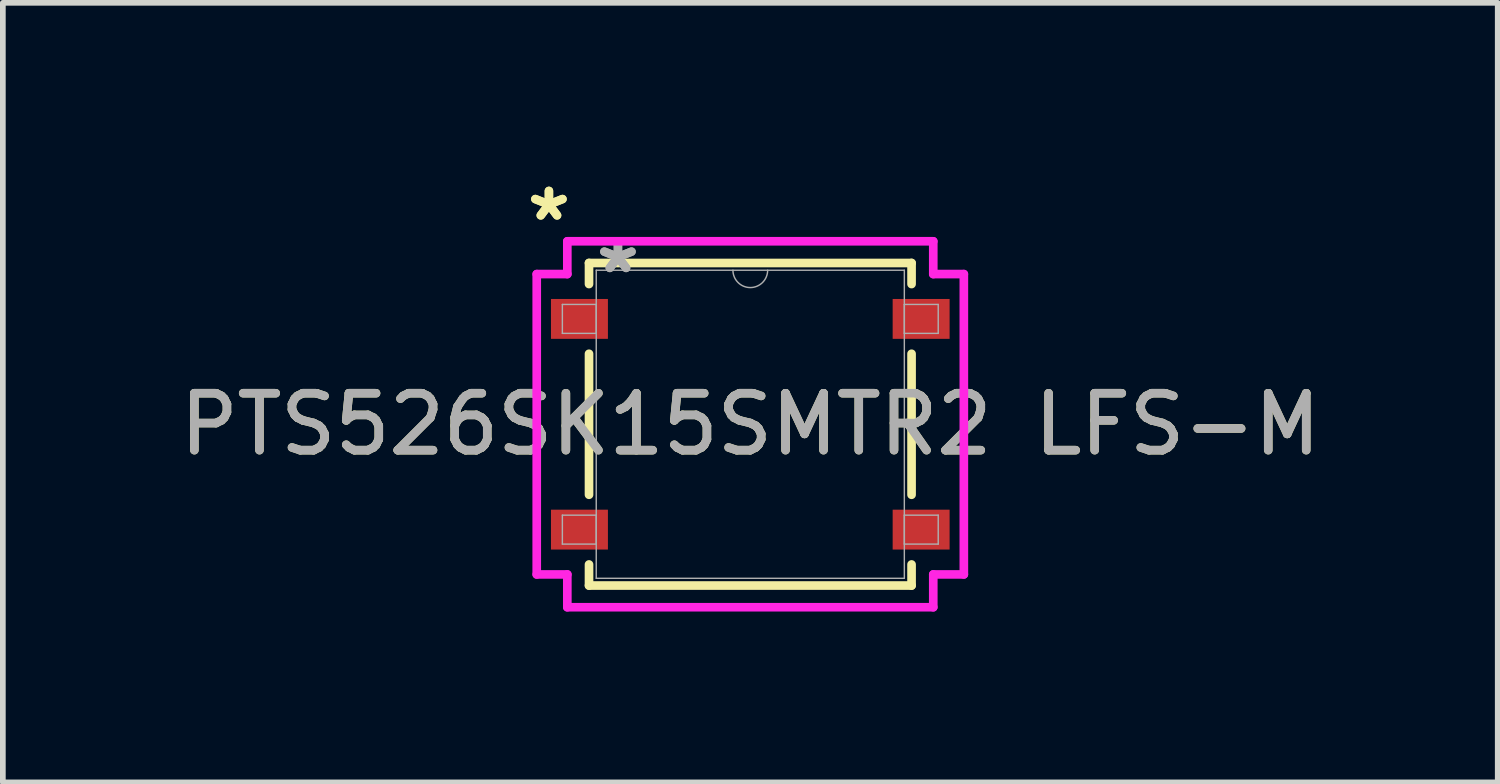
<source format=kicad_pcb>
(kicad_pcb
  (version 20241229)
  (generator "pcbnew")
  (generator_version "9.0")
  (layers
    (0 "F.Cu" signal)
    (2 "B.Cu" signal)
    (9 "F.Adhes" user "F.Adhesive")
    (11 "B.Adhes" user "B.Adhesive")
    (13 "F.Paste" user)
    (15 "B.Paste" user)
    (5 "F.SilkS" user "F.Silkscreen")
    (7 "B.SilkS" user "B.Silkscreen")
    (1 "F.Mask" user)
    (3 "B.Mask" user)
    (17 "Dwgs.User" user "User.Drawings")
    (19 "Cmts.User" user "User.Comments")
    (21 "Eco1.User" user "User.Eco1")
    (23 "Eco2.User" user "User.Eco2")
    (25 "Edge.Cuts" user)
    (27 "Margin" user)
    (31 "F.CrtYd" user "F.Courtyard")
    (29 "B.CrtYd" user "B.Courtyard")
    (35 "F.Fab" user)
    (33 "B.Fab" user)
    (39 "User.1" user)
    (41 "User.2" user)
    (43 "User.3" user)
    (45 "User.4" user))
  (footprint "PTS526SK15SMTR2 LFS-M"
    (layer "F.Cu")
    (at 10.125 4.4)
    (property "Reference" "PTS526SK15SMTR2 LFS-M" (at 0 0 0) (unlocked yes) (layer "F.SilkS") (effects (font (size 1 1) (thickness 0.15))))
    (attr smd)
    (fp_line (start -2.832 -2.832) (end -2.832 -2.462) (stroke (width 0.152) (type solid)) (layer "F.SilkS"))
    (fp_line (start -2.832 -1.238) (end -2.832 1.238) (stroke (width 0.152) (type solid)) (layer "F.SilkS"))
    (fp_line (start -2.832 2.462) (end -2.832 2.832) (stroke (width 0.152) (type solid)) (layer "F.SilkS"))
    (fp_line (start -2.832 2.832) (end 2.832 2.832) (stroke (width 0.152) (type solid)) (layer "F.SilkS"))
    (fp_line (start 2.832 -2.832) (end -2.832 -2.832) (stroke (width 0.152) (type solid)) (layer "F.SilkS"))
    (fp_line (start 2.832 -2.462) (end 2.832 -2.832) (stroke (width 0.152) (type solid)) (layer "F.SilkS"))
    (fp_line (start 2.832 1.238) (end 2.832 -1.238) (stroke (width 0.152) (type solid)) (layer "F.SilkS"))
    (fp_line (start 2.832 2.832) (end 2.832 2.462) (stroke (width 0.152) (type solid)) (layer "F.SilkS"))
    (fp_line (start -3.75 -2.637) (end -3.213 -2.637) (stroke (width 0.152) (type solid)) (layer "F.CrtYd"))
    (fp_line (start -3.75 2.637) (end -3.75 -2.637) (stroke (width 0.152) (type solid)) (layer "F.CrtYd"))
    (fp_line (start -3.75 2.637) (end -3.213 2.637) (stroke (width 0.152) (type solid)) (layer "F.CrtYd"))
    (fp_line (start -3.213 -3.213) (end 3.213 -3.213) (stroke (width 0.152) (type solid)) (layer "F.CrtYd"))
    (fp_line (start -3.213 -2.637) (end -3.213 -3.213) (stroke (width 0.152) (type solid)) (layer "F.CrtYd"))
    (fp_line (start -3.213 3.213) (end -3.213 2.637) (stroke (width 0.152) (type solid)) (layer "F.CrtYd"))
    (fp_line (start 3.213 -3.213) (end 3.213 -2.637) (stroke (width 0.152) (type solid)) (layer "F.CrtYd"))
    (fp_line (start 3.213 2.637) (end 3.213 3.213) (stroke (width 0.152) (type solid)) (layer "F.CrtYd"))
    (fp_line (start 3.213 3.213) (end -3.213 3.213) (stroke (width 0.152) (type solid)) (layer "F.CrtYd"))
    (fp_line (start 3.75 -2.637) (end 3.213 -2.637) (stroke (width 0.152) (type solid)) (layer "F.CrtYd"))
    (fp_line (start 3.75 -2.637) (end 3.75 2.637) (stroke (width 0.152) (type solid)) (layer "F.CrtYd"))
    (fp_line (start 3.75 2.637) (end 3.213 2.637) (stroke (width 0.152) (type solid)) (layer "F.CrtYd"))
    (fp_line (start -3.3 -2.104) (end -3.3 -1.596) (stroke (width 0.025) (type solid)) (layer "F.Fab"))
    (fp_line (start -3.3 -1.596) (end -2.705 -1.596) (stroke (width 0.025) (type solid)) (layer "F.Fab"))
    (fp_line (start -3.3 1.596) (end -3.3 2.104) (stroke (width 0.025) (type solid)) (layer "F.Fab"))
    (fp_line (start -3.3 2.104) (end -2.705 2.104) (stroke (width 0.025) (type solid)) (layer "F.Fab"))
    (fp_line (start -2.705 -2.705) (end -2.705 2.705) (stroke (width 0.025) (type solid)) (layer "F.Fab"))
    (fp_line (start -2.705 -2.104) (end -3.3 -2.104) (stroke (width 0.025) (type solid)) (layer "F.Fab"))
    (fp_line (start -2.705 -1.596) (end -2.705 -2.104) (stroke (width 0.025) (type solid)) (layer "F.Fab"))
    (fp_line (start -2.705 1.596) (end -3.3 1.596) (stroke (width 0.025) (type solid)) (layer "F.Fab"))
    (fp_line (start -2.705 2.104) (end -2.705 1.596) (stroke (width 0.025) (type solid)) (layer "F.Fab"))
    (fp_line (start -2.705 2.705) (end 2.705 2.705) (stroke (width 0.025) (type solid)) (layer "F.Fab"))
    (fp_line (start 2.705 -2.705) (end -2.705 -2.705) (stroke (width 0.025) (type solid)) (layer "F.Fab"))
    (fp_line (start 2.705 -2.104) (end 2.705 -1.596) (stroke (width 0.025) (type solid)) (layer "F.Fab"))
    (fp_line (start 2.705 -1.596) (end 3.3 -1.596) (stroke (width 0.025) (type solid)) (layer "F.Fab"))
    (fp_line (start 2.705 1.596) (end 2.705 2.104) (stroke (width 0.025) (type solid)) (layer "F.Fab"))
    (fp_line (start 2.705 2.104) (end 3.3 2.104) (stroke (width 0.025) (type solid)) (layer "F.Fab"))
    (fp_line (start 2.705 2.705) (end 2.705 -2.705) (stroke (width 0.025) (type solid)) (layer "F.Fab"))
    (fp_line (start 3.3 -2.104) (end 2.705 -2.104) (stroke (width 0.025) (type solid)) (layer "F.Fab"))
    (fp_line (start 3.3 -1.596) (end 3.3 -2.104) (stroke (width 0.025) (type solid)) (layer "F.Fab"))
    (fp_line (start 3.3 1.596) (end 2.705 1.596) (stroke (width 0.025) (type solid)) (layer "F.Fab"))
    (fp_line (start 3.3 2.104) (end 3.3 1.596) (stroke (width 0.025) (type solid)) (layer "F.Fab"))
    (fp_arc (start 0.3048 -2.7051) (mid 0 -2.4003) (end -0.3048 -2.7051) (stroke (width 0.0254) (type solid)) (layer "F.Fab"))
    (fp_text user "*" (at -3.536 -3.552 0) (unlocked yes) (layer "F.SilkS") (effects (font (size 1 1) (thickness 0.15))))
    (fp_text user "*" (at -3.536 -3.552 0) (layer "F.SilkS") (effects (font (size 1 1) (thickness 0.15))))
    (fp_text user "*" (at -2.324 -2.629 0) (layer "F.Fab") (effects (font (size 1 1) (thickness 0.15))))
    (fp_text user "*" (at -2.324 -2.629 0) (unlocked yes) (layer "F.Fab") (effects (font (size 1 1) (thickness 0.15))))
    (fp_text user "${REFERENCE}" (at 0 0 0) (unlocked yes) (layer "F.Fab") (effects (font (size 1 1) (thickness 0.15))))
    (pad "1" smd rect (at -3 -1.85) (size 1 0.7) (layers "F.Cu" "F.Mask" "F.Paste"))
    (pad "2" smd rect (at 3 -1.85) (size 1 0.7) (layers "F.Cu" "F.Mask" "F.Paste"))
    (pad "3" smd rect (at -3 1.85) (size 1 0.7) (layers "F.Cu" "F.Mask" "F.Paste"))
    (pad "4" smd rect (at 3 1.85) (size 1 0.7) (layers "F.Cu" "F.Mask" "F.Paste")))
  (gr_rect
    (start -3 -3)
    (end 23.25 10.689)
    (stroke (width 0.1) (type default))
    (fill no)
    (layer "Edge.Cuts")))
</source>
